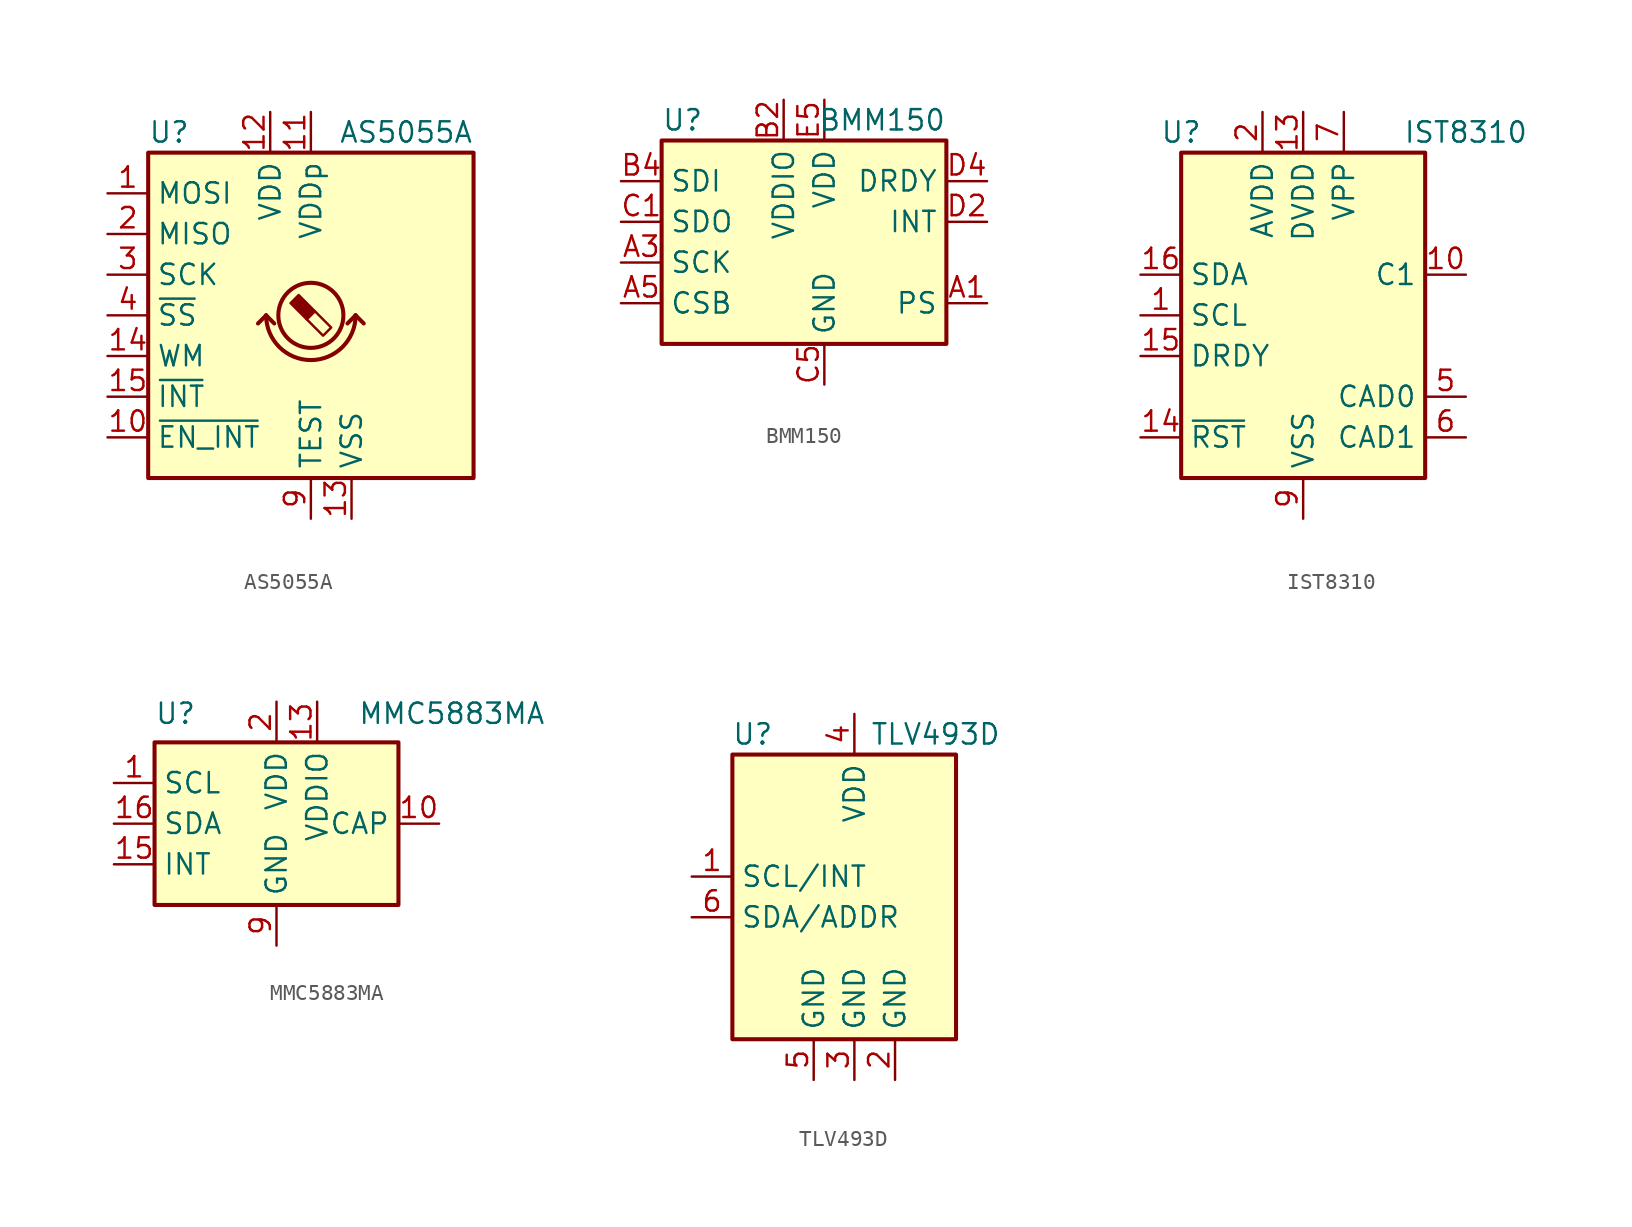
<source format=kicad_sym>
(kicad_symbol_lib
  (version 20201005)
  (generator kicad_symbol_editor)
  (symbol "AS5055A"
    (property "Reference" "U"
      (at -10.16 11.43 0)
      (effects (font (size 1.27 1.27)) (justify left)))
    (property "Value" "AS5055A"
      (at 10.16 11.43 0)
      (effects (font (size 1.27 1.27)) (justify right)))
    (symbol "AS5055A_0_1"
      (arc (start -2.794 0) (end 2.794 0) (radius (at 0 0) (length 2.794) (angles -179.9 -0.1)) (stroke (width 0.254)) (fill (type none)))
      (rectangle (start -10.16 10.16) (end 10.16 -10.16) (stroke (width 0.254)) (fill (type background)))
      (polyline (pts (xy -2.794 0) (xy -3.302 -0.508)) (stroke (width 0.254)) (fill (type none)))
      (polyline (pts (xy -2.794 0) (xy -2.286 -0.508)) (stroke (width 0.254)) (fill (type none)))
      (polyline (pts (xy 2.794 0) (xy 2.286 -0.508)) (stroke (width 0.254)) (fill (type none)))
      (polyline (pts (xy 2.794 0) (xy 3.302 -0.508)) (stroke (width 0.254)) (fill (type none))))
    (symbol "AS5055A_1_1"
      (circle (center 0 0) (radius 2.032) (stroke (width 0.254)) (fill (type none)))
      (polyline (pts (xy 0.254 0.254) (xy 1.27 -0.762) (xy 0.762 -1.27) (xy -0.254 -0.254)) (stroke (width 0)) (fill (type none)))
      (polyline (pts (xy -0.762 1.27) (xy 0.254 0.254) (xy -0.254 -0.254) (xy -1.27 0.762) (xy -1.016 1.016) (xy -0.762 1.27) (xy -0.635 1.143)) (stroke (width 0)) (fill (type outline)))
      (pin input line (at -12.7 7.62 0) (length 2.54) (name "MOSI" (effects (font (size 1.27 1.27)))) (number "1" (effects (font (size 1.27 1.27)))))
      (pin input line (at -12.7 -7.62 0) (length 2.54) (name "~EN_INT" (effects (font (size 1.27 1.27)))) (number "10" (effects (font (size 1.27 1.27)))))
      (pin power_in line (at 0 12.7 270) (length 2.54) (name "VDDp" (effects (font (size 1.27 1.27)))) (number "11" (effects (font (size 1.27 1.27)))))
      (pin power_in line (at -2.54 12.7 270) (length 2.54) (name "VDD" (effects (font (size 1.27 1.27)))) (number "12" (effects (font (size 1.27 1.27)))))
      (pin power_in line (at 2.54 -12.7 90) (length 2.54) (name "VSS" (effects (font (size 1.27 1.27)))) (number "13" (effects (font (size 1.27 1.27)))))
      (pin input line (at -12.7 -2.54 0) (length 2.54) (name "WM" (effects (font (size 1.27 1.27)))) (number "14" (effects (font (size 1.27 1.27)))))
      (pin output line (at -12.7 -5.08 0) (length 2.54) (name "~INT" (effects (font (size 1.27 1.27)))) (number "15" (effects (font (size 1.27 1.27)))))
      (pin no_connect line (at 5.08 -10.16 90) (length 2.54) hide (name "NC" (effects (font (size 1.27 1.27)))) (number "16" (effects (font (size 1.27 1.27)))))
      (pin no_connect line (at 7.62 -10.16 90) (length 2.54) hide (name "NC" (effects (font (size 1.27 1.27)))) (number "17" (effects (font (size 1.27 1.27)))))
      (pin output line (at -12.7 5.08 0) (length 2.54) (name "MISO" (effects (font (size 1.27 1.27)))) (number "2" (effects (font (size 1.27 1.27)))))
      (pin input line (at -12.7 2.54 0) (length 2.54) (name "SCK" (effects (font (size 1.27 1.27)))) (number "3" (effects (font (size 1.27 1.27)))))
      (pin input line (at -12.7 0 0) (length 2.54) (name "~SS" (effects (font (size 1.27 1.27)))) (number "4" (effects (font (size 1.27 1.27)))))
      (pin no_connect line (at 10.16 7.62 180) (length 2.54) hide (name "NC" (effects (font (size 1.27 1.27)))) (number "5" (effects (font (size 1.27 1.27)))))
      (pin no_connect line (at 10.16 5.08 180) (length 2.54) hide (name "NC" (effects (font (size 1.27 1.27)))) (number "6" (effects (font (size 1.27 1.27)))))
      (pin no_connect line (at 10.16 2.54 180) (length 2.54) hide (name "NC" (effects (font (size 1.27 1.27)))) (number "7" (effects (font (size 1.27 1.27)))))
      (pin no_connect line (at 10.16 0 180) (length 2.54) hide (name "NC" (effects (font (size 1.27 1.27)))) (number "8" (effects (font (size 1.27 1.27)))))
      (pin passive line (at 0 -12.7 90) (length 2.54) (name "TEST" (effects (font (size 1.27 1.27)))) (number "9" (effects (font (size 1.27 1.27)))))))
  (symbol "BMM150"
    (property "Reference" "U"
      (at -10.16 6.35 0)
      (effects (font (size 1.27 1.27)) (justify left)))
    (property "Value" "BMM150"
      (at 7.62 6.35 0)
      (effects (font (size 1.27 1.27)) (justify right)))
    (symbol "BMM150_0_1"
      (rectangle (start -10.16 5.08) (end 7.62 -7.62) (stroke (width 0.254)) (fill (type background))))
    (symbol "BMM150_1_1"
      (pin input line (at 10.16 -5.08 180) (length 2.54) (name "PS" (effects (font (size 1.27 1.27)))) (number "A1" (effects (font (size 1.27 1.27)))))
      (pin bidirectional line (at -12.7 -2.54 0) (length 2.54) (name "SCK" (effects (font (size 1.27 1.27)))) (number "A3" (effects (font (size 1.27 1.27)))))
      (pin input line (at -12.7 -5.08 0) (length 2.54) (name "CSB" (effects (font (size 1.27 1.27)))) (number "A5" (effects (font (size 1.27 1.27)))))
      (pin power_in line (at -2.54 7.62 270) (length 2.54) (name "VDDIO" (effects (font (size 1.27 1.27)))) (number "B2" (effects (font (size 1.27 1.27)))))
      (pin bidirectional line (at -12.7 2.54 0) (length 2.54) (name "SDI" (effects (font (size 1.27 1.27)))) (number "B4" (effects (font (size 1.27 1.27)))))
      (pin bidirectional line (at -12.7 0 0) (length 2.54) (name "SDO" (effects (font (size 1.27 1.27)))) (number "C1" (effects (font (size 1.27 1.27)))))
      (pin power_in line (at 0 -10.16 90) (length 2.54) (name "GND" (effects (font (size 1.27 1.27)))) (number "C5" (effects (font (size 1.27 1.27)))))
      (pin output line (at 10.16 0 180) (length 2.54) (name "INT" (effects (font (size 1.27 1.27)))) (number "D2" (effects (font (size 1.27 1.27)))))
      (pin output line (at 10.16 2.54 180) (length 2.54) (name "DRDY" (effects (font (size 1.27 1.27)))) (number "D4" (effects (font (size 1.27 1.27)))))
      (pin passive line (at 0 -10.16 90) (length 2.54) hide (name "GND" (effects (font (size 1.27 1.27)))) (number "E1" (effects (font (size 1.27 1.27)))))
      (pin passive line (at 0 -10.16 90) (length 2.54) hide (name "GND" (effects (font (size 1.27 1.27)))) (number "E3" (effects (font (size 1.27 1.27)))))
      (pin power_in line (at 0 7.62 270) (length 2.54) (name "VDD" (effects (font (size 1.27 1.27)))) (number "E5" (effects (font (size 1.27 1.27)))))))
  (symbol "IST8310"
    (property "Reference" "U"
      (at -7.62 11.43 0)
      (effects (font (size 1.27 1.27))))
    (property "Value" "IST8310"
      (at 10.16 11.43 0)
      (effects (font (size 1.27 1.27))))
    (symbol "IST8310_0_1"
      (rectangle (start -7.62 10.16) (end 7.62 -10.16) (stroke (width 0.254)) (fill (type background))))
    (symbol "IST8310_1_1"
      (pin input line (at -10.16 0 0) (length 2.54) (name "SCL" (effects (font (size 1.27 1.27)))) (number "1" (effects (font (size 1.27 1.27)))))
      (pin passive line (at 10.16 2.54 180) (length 2.54) (name "C1" (effects (font (size 1.27 1.27)))) (number "10" (effects (font (size 1.27 1.27)))))
      (pin passive line (at 0 -12.7 90) (length 2.54) hide (name "VSS" (effects (font (size 1.27 1.27)))) (number "11" (effects (font (size 1.27 1.27)))))
      (pin no_connect line (at 7.62 7.62 180) (length 2.54) hide (name "NC" (effects (font (size 1.27 1.27)))) (number "12" (effects (font (size 1.27 1.27)))))
      (pin power_in line (at 0 12.7 270) (length 2.54) (name "DVDD" (effects (font (size 1.27 1.27)))) (number "13" (effects (font (size 1.27 1.27)))))
      (pin input line (at -10.16 -7.62 0) (length 2.54) (name "~RST" (effects (font (size 1.27 1.27)))) (number "14" (effects (font (size 1.27 1.27)))))
      (pin output line (at -10.16 -2.54 0) (length 2.54) (name "DRDY" (effects (font (size 1.27 1.27)))) (number "15" (effects (font (size 1.27 1.27)))))
      (pin bidirectional line (at -10.16 2.54 0) (length 2.54) (name "SDA" (effects (font (size 1.27 1.27)))) (number "16" (effects (font (size 1.27 1.27)))))
      (pin power_in line (at -2.54 12.7 270) (length 2.54) (name "AVDD" (effects (font (size 1.27 1.27)))) (number "2" (effects (font (size 1.27 1.27)))))
      (pin no_connect line (at -7.62 7.62 0) (length 2.54) hide (name "NC" (effects (font (size 1.27 1.27)))) (number "3" (effects (font (size 1.27 1.27)))))
      (pin no_connect line (at -7.62 5.08 0) (length 2.54) hide (name "NC" (effects (font (size 1.27 1.27)))) (number "4" (effects (font (size 1.27 1.27)))))
      (pin input line (at 10.16 -5.08 180) (length 2.54) (name "CAD0" (effects (font (size 1.27 1.27)))) (number "5" (effects (font (size 1.27 1.27)))))
      (pin input line (at 10.16 -7.62 180) (length 2.54) (name "CAD1" (effects (font (size 1.27 1.27)))) (number "6" (effects (font (size 1.27 1.27)))))
      (pin passive line (at 2.54 12.7 270) (length 2.54) (name "VPP" (effects (font (size 1.27 1.27)))) (number "7" (effects (font (size 1.27 1.27)))))
      (pin no_connect line (at 7.62 5.08 180) (length 2.54) hide (name "NC" (effects (font (size 1.27 1.27)))) (number "8" (effects (font (size 1.27 1.27)))))
      (pin power_in line (at 0 -12.7 90) (length 2.54) (name "VSS" (effects (font (size 1.27 1.27)))) (number "9" (effects (font (size 1.27 1.27)))))))
  (symbol "MMC5883MA"
    (property "Reference" "U"
      (at -7.62 7.62 0)
      (effects (font (size 1.27 1.27)) (justify left top)))
    (property "Value" "MMC5883MA"
      (at 5.08 7.62 0)
      (effects (font (size 1.27 1.27)) (justify left top)))
    (symbol "MMC5883MA_0_1"
      (rectangle (start -7.62 -5.08) (end 7.62 5.08) (stroke (width 0.254)) (fill (type background))))
    (symbol "MMC5883MA_1_1"
      (pin input line (at -10.16 2.54 0) (length 2.54) (name "SCL" (effects (font (size 1.27 1.27)))) (number "1" (effects (font (size 1.27 1.27)))))
      (pin passive line (at 10.16 0 180) (length 2.54) (name "CAP" (effects (font (size 1.27 1.27)))) (number "10" (effects (font (size 1.27 1.27)))))
      (pin passive line (at 0 -7.62 90) (length 2.54) hide (name "GND" (effects (font (size 1.27 1.27)))) (number "11" (effects (font (size 1.27 1.27)))))
      (pin no_connect line (at 5.08 -5.08 90) (length 2.54) hide (name "NC" (effects (font (size 1.27 1.27)))) (number "12" (effects (font (size 1.27 1.27)))))
      (pin power_in line (at 2.54 7.62 270) (length 2.54) (name "VDDIO" (effects (font (size 1.27 1.27)))) (number "13" (effects (font (size 1.27 1.27)))))
      (pin no_connect line (at -2.54 -5.08 90) (length 2.54) hide (name "NC" (effects (font (size 1.27 1.27)))) (number "14" (effects (font (size 1.27 1.27)))))
      (pin output line (at -10.16 -2.54 0) (length 2.54) (name "INT" (effects (font (size 1.27 1.27)))) (number "15" (effects (font (size 1.27 1.27)))))
      (pin bidirectional line (at -10.16 0 0) (length 2.54) (name "SDA" (effects (font (size 1.27 1.27)))) (number "16" (effects (font (size 1.27 1.27)))))
      (pin power_in line (at 0 7.62 270) (length 2.54) (name "VDD" (effects (font (size 1.27 1.27)))) (number "2" (effects (font (size 1.27 1.27)))))
      (pin no_connect line (at 7.62 -5.08 180) (length 2.54) hide (name "NC" (effects (font (size 1.27 1.27)))) (number "3" (effects (font (size 1.27 1.27)))))
      (pin no_connect line (at 7.62 2.54 180) (length 2.54) hide (name "NC" (effects (font (size 1.27 1.27)))) (number "4" (effects (font (size 1.27 1.27)))))
      (pin no_connect line (at 7.62 5.08 180) (length 2.54) hide (name "NC" (effects (font (size 1.27 1.27)))) (number "5" (effects (font (size 1.27 1.27)))))
      (pin no_connect line (at 7.62 -2.54 180) (length 2.54) hide (name "NC" (effects (font (size 1.27 1.27)))) (number "6" (effects (font (size 1.27 1.27)))))
      (pin no_connect line (at -5.08 -5.08 90) (length 2.54) hide (name "NC" (effects (font (size 1.27 1.27)))) (number "7" (effects (font (size 1.27 1.27)))))
      (pin no_connect line (at 2.54 -5.08 90) (length 2.54) hide (name "NC" (effects (font (size 1.27 1.27)))) (number "8" (effects (font (size 1.27 1.27)))))
      (pin power_in line (at 0 -7.62 90) (length 2.54) (name "GND" (effects (font (size 1.27 1.27)))) (number "9" (effects (font (size 1.27 1.27)))))))
  (symbol "TLV493D"
    (property "Reference" "U"
      (at -6.35 11.43 0)
      (effects (font (size 1.27 1.27))))
    (property "Value" "TLV493D"
      (at 5.08 11.43 0)
      (effects (font (size 1.27 1.27))))
    (symbol "TLV493D_0_1"
      (rectangle (start -7.62 10.16) (end 6.35 -7.62) (stroke (width 0.254)) (fill (type background))))
    (symbol "TLV493D_1_1"
      (pin bidirectional line (at -10.16 2.54 0) (length 2.54) (name "SCL/INT" (effects (font (size 1.27 1.27)))) (number "1" (effects (font (size 1.27 1.27)))))
      (pin power_in line (at 2.54 -10.16 90) (length 2.54) (name "GND" (effects (font (size 1.27 1.27)))) (number "2" (effects (font (size 1.27 1.27)))))
      (pin power_in line (at 0 -10.16 90) (length 2.54) (name "GND" (effects (font (size 1.27 1.27)))) (number "3" (effects (font (size 1.27 1.27)))))
      (pin power_in line (at 0 12.7 270) (length 2.54) (name "VDD" (effects (font (size 1.27 1.27)))) (number "4" (effects (font (size 1.27 1.27)))))
      (pin power_in line (at -2.54 -10.16 90) (length 2.54) (name "GND" (effects (font (size 1.27 1.27)))) (number "5" (effects (font (size 1.27 1.27)))))
      (pin bidirectional line (at -10.16 0 0) (length 2.54) (name "SDA/ADDR" (effects (font (size 1.27 1.27)))) (number "6" (effects (font (size 1.27 1.27))))))))
</source>
